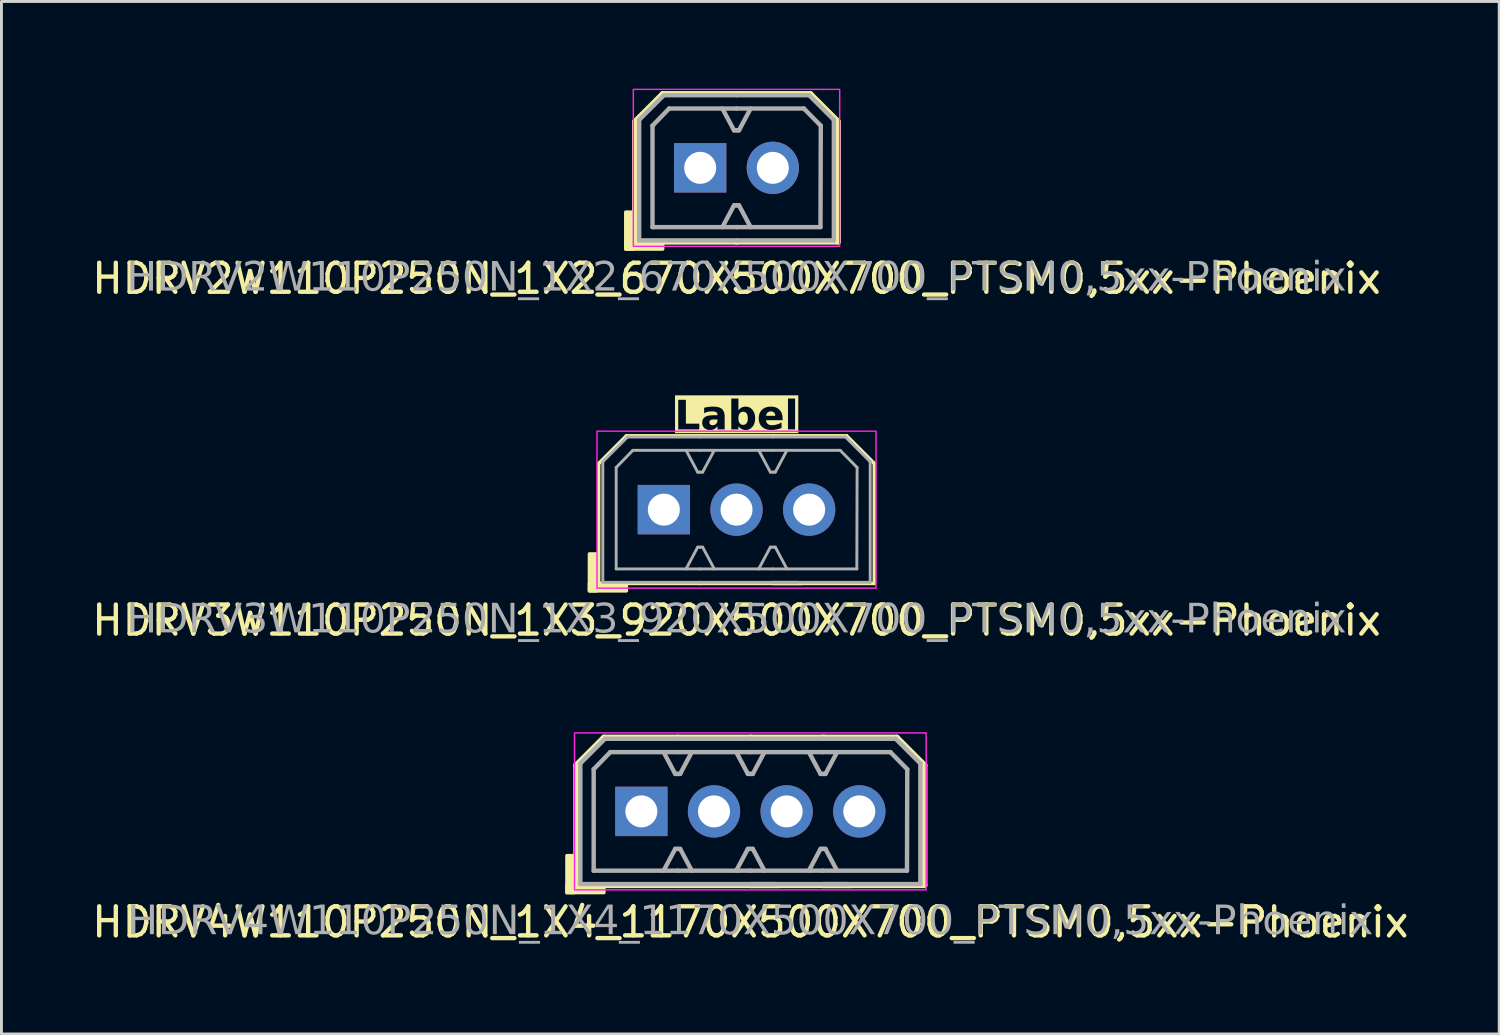
<source format=kicad_pcb>
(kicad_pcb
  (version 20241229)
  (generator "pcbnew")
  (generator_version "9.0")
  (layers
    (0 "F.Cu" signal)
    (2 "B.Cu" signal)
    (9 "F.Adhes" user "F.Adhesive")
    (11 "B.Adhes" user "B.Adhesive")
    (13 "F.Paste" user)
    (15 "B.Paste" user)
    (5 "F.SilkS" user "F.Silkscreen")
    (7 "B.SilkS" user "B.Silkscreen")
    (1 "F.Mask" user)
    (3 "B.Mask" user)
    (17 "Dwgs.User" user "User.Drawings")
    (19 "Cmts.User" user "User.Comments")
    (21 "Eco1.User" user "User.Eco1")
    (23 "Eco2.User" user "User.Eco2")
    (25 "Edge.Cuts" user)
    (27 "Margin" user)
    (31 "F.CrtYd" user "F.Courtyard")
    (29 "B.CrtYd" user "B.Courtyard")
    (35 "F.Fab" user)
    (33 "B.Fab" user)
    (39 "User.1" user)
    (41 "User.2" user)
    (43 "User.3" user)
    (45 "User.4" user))
  (footprint "HDRV4W110P250N_1X4_1170X500X700_PTSM0,5xx-Phoenix"
    (layer "F.Cu")
    (at 22.768 24.869)
    (property "Reference" "HDRV4W110P250N_1X4_1170X500X700_PTSM0,5xx-Phoenix" (at 0 3.81 0) (layer "F.SilkS") (effects (font (size 1 1) (thickness 0.15))))
    (attr through_hole)
    (fp_line (start -5.992 -1.587) (end -5.992 2.54) (stroke (width 0.203) (type solid)) (layer "F.SilkS"))
    (fp_line (start -5.992 -1.587) (end -5.04 -2.54) (stroke (width 0.203) (type solid)) (layer "F.SilkS"))
    (fp_line (start -5.992 2.54) (end -2.5 2.54) (stroke (width 0.203) (type solid)) (layer "F.SilkS"))
    (fp_line (start -2.5 -2.54) (end -5.04 -2.54) (stroke (width 0.203) (type solid)) (layer "F.SilkS"))
    (fp_line (start -2.5 -2.54) (end 0.04 -2.54) (stroke (width 0.203) (type solid)) (layer "F.SilkS"))
    (fp_line (start 0 -2.54) (end 2.54 -2.54) (stroke (width 0.203) (type solid)) (layer "F.SilkS"))
    (fp_line (start 0.993 2.54) (end -2.5 2.54) (stroke (width 0.203) (type solid)) (layer "F.SilkS"))
    (fp_line (start 2.5 -2.54) (end 5.04 -2.54) (stroke (width 0.203) (type solid)) (layer "F.SilkS"))
    (fp_line (start 3.493 2.54) (end 0 2.54) (stroke (width 0.203) (type solid)) (layer "F.SilkS"))
    (fp_line (start 5.992 -1.587) (end 5.04 -2.54) (stroke (width 0.203) (type solid)) (layer "F.SilkS"))
    (fp_line (start 5.992 -1.587) (end 5.992 2.54) (stroke (width 0.203) (type solid)) (layer "F.SilkS"))
    (fp_line (start 5.992 2.54) (end 2.5 2.54) (stroke (width 0.203) (type solid)) (layer "F.SilkS"))
    (fp_rect (start -6.056 1.524) (end -6.31 2.794) (stroke (width 0.12) (type solid)) (fill yes) (layer "F.SilkS"))
    (fp_rect (start -5.04 2.794) (end -6.31 2.54) (stroke (width 0.12) (type solid)) (fill yes) (layer "F.SilkS"))
    (fp_rect (start -6.05 -2.7) (end 6.05 2.7) (stroke (width 0.05) (type default)) (fill no) (layer "F.CrtYd"))
    (fp_line (start -5.85 -1.65) (end -5.85 2.5) (stroke (width 0.152) (type solid)) (layer "F.Fab"))
    (fp_line (start -5.85 -1.65) (end -5 -2.5) (stroke (width 0.152) (type solid)) (layer "F.Fab"))
    (fp_line (start -5.39 -1.45) (end -5.39 2.04) (stroke (width 0.152) (type solid)) (layer "F.Fab"))
    (fp_line (start -5.39 -1.45) (end -4.818 -2.04) (stroke (width 0.152) (type solid)) (layer "F.Fab"))
    (fp_line (start -2.585 -1.29) (end -2.985 -2.04) (stroke (width 0.152) (type default)) (layer "F.Fab"))
    (fp_line (start -2.585 1.29) (end -2.985 2.04) (stroke (width 0.152) (type default)) (layer "F.Fab"))
    (fp_line (start -2.5 -2.5) (end -5 -2.5) (stroke (width 0.152) (type solid)) (layer "F.Fab"))
    (fp_line (start -2.5 -2.5) (end 0 -2.5) (stroke (width 0.152) (type solid)) (layer "F.Fab"))
    (fp_line (start -2.5 -2.04) (end -4.818 -2.04) (stroke (width 0.152) (type solid)) (layer "F.Fab"))
    (fp_line (start -2.5 -2.04) (end 0 -2.04) (stroke (width 0.152) (type solid)) (layer "F.Fab"))
    (fp_line (start -2.5 -1.29) (end -2.585 -1.29) (stroke (width 0.152) (type default)) (layer "F.Fab"))
    (fp_line (start -2.5 -1.29) (end -2.415 -1.29) (stroke (width 0.152) (type default)) (layer "F.Fab"))
    (fp_line (start -2.5 1.29) (end -2.585 1.29) (stroke (width 0.152) (type default)) (layer "F.Fab"))
    (fp_line (start -2.5 1.29) (end -2.415 1.29) (stroke (width 0.152) (type default)) (layer "F.Fab"))
    (fp_line (start -2.5 2.04) (end -5.39 2.04) (stroke (width 0.152) (type solid)) (layer "F.Fab"))
    (fp_line (start -2.5 2.04) (end 0 2.04) (stroke (width 0.152) (type solid)) (layer "F.Fab"))
    (fp_line (start -2.5 2.5) (end -5.85 2.5) (stroke (width 0.152) (type solid)) (layer "F.Fab"))
    (fp_line (start -2.5 2.5) (end 0.85 2.5) (stroke (width 0.152) (type solid)) (layer "F.Fab"))
    (fp_line (start -2.415 -1.29) (end -2.015 -2.04) (stroke (width 0.152) (type default)) (layer "F.Fab"))
    (fp_line (start -2.415 1.29) (end -2.015 2.04) (stroke (width 0.152) (type default)) (layer "F.Fab"))
    (fp_line (start -0.085 -1.29) (end -0.485 -2.04) (stroke (width 0.152) (type default)) (layer "F.Fab"))
    (fp_line (start -0.085 1.29) (end -0.485 2.04) (stroke (width 0.152) (type default)) (layer "F.Fab"))
    (fp_line (start 0 -2.5) (end 2.5 -2.5) (stroke (width 0.152) (type solid)) (layer "F.Fab"))
    (fp_line (start 0 -2.04) (end 2.5 -2.04) (stroke (width 0.152) (type solid)) (layer "F.Fab"))
    (fp_line (start 0 -1.29) (end -0.085 -1.29) (stroke (width 0.152) (type default)) (layer "F.Fab"))
    (fp_line (start 0 -1.29) (end 0.085 -1.29) (stroke (width 0.152) (type default)) (layer "F.Fab"))
    (fp_line (start 0 1.29) (end -0.085 1.29) (stroke (width 0.152) (type default)) (layer "F.Fab"))
    (fp_line (start 0 1.29) (end 0.085 1.29) (stroke (width 0.152) (type default)) (layer "F.Fab"))
    (fp_line (start 0 2.04) (end 2.5 2.04) (stroke (width 0.152) (type solid)) (layer "F.Fab"))
    (fp_line (start 0 2.5) (end 3.35 2.5) (stroke (width 0.152) (type solid)) (layer "F.Fab"))
    (fp_line (start 0.085 -1.29) (end 0.485 -2.04) (stroke (width 0.152) (type default)) (layer "F.Fab"))
    (fp_line (start 0.085 1.29) (end 0.485 2.04) (stroke (width 0.152) (type default)) (layer "F.Fab"))
    (fp_line (start 2.415 -1.29) (end 2.015 -2.04) (stroke (width 0.152) (type default)) (layer "F.Fab"))
    (fp_line (start 2.415 1.29) (end 2.015 2.04) (stroke (width 0.152) (type default)) (layer "F.Fab"))
    (fp_line (start 2.5 -2.5) (end 5 -2.5) (stroke (width 0.152) (type solid)) (layer "F.Fab"))
    (fp_line (start 2.5 -2.04) (end 4.818 -2.04) (stroke (width 0.152) (type solid)) (layer "F.Fab"))
    (fp_line (start 2.5 -1.29) (end 2.415 -1.29) (stroke (width 0.152) (type default)) (layer "F.Fab"))
    (fp_line (start 2.5 -1.29) (end 2.585 -1.29) (stroke (width 0.152) (type default)) (layer "F.Fab"))
    (fp_line (start 2.5 1.29) (end 2.415 1.29) (stroke (width 0.152) (type default)) (layer "F.Fab"))
    (fp_line (start 2.5 1.29) (end 2.585 1.29) (stroke (width 0.152) (type default)) (layer "F.Fab"))
    (fp_line (start 2.5 2.04) (end 5.39 2.04) (stroke (width 0.152) (type solid)) (layer "F.Fab"))
    (fp_line (start 2.5 2.5) (end 5.85 2.5) (stroke (width 0.152) (type solid)) (layer "F.Fab"))
    (fp_line (start 2.585 -1.29) (end 2.985 -2.04) (stroke (width 0.152) (type default)) (layer "F.Fab"))
    (fp_line (start 2.585 1.29) (end 2.985 2.04) (stroke (width 0.152) (type default)) (layer "F.Fab"))
    (fp_line (start 5.4 -1.45) (end 4.818 -2.04) (stroke (width 0.152) (type solid)) (layer "F.Fab"))
    (fp_line (start 5.4 -1.45) (end 5.39 2.04) (stroke (width 0.152) (type solid)) (layer "F.Fab"))
    (fp_line (start 5.85 -1.65) (end 5 -2.5) (stroke (width 0.152) (type solid)) (layer "F.Fab"))
    (fp_line (start 5.85 -1.65) (end 5.85 2.5) (stroke (width 0.152) (type solid)) (layer "F.Fab"))
    (fp_rect (start -4.004 -0.254) (end -3.496 0.254) (stroke (width 0.152) (type solid)) (fill no) (layer "F.Fab"))
    (fp_rect (start -0.996 -0.254) (end -1.504 0.254) (stroke (width 0.152) (type solid)) (fill no) (layer "F.Fab"))
    (fp_rect (start 1.504 -0.254) (end 0.996 0.254) (stroke (width 0.152) (type solid)) (fill no) (layer "F.Fab"))
    (fp_rect (start 4.004 -0.254) (end 3.496 0.254) (stroke (width 0.152) (type solid)) (fill no) (layer "F.Fab"))
    (fp_text user "${REFERENCE}" (at 0 3.81 0) (layer "F.Fab") (effects (font (face "Tahoma") (size 1 1) (thickness 0.15))))
    (pad "1" thru_hole rect (at -3.75 0) (size 1.8 1.7) (drill 1.1) (layers "*.Cu" "*.Mask"))
    (pad "2" thru_hole circle (at -1.25 0) (size 1.8 1.8) (drill 1.1) (layers "*.Cu" "*.Mask"))
    (pad "3" thru_hole circle (at 1.25 0) (size 1.8 1.8) (drill 1.1) (layers "*.Cu" "*.Mask"))
    (pad "4" thru_hole circle (at 3.75 0) (size 1.8 1.8) (drill 1.1) (layers "*.Cu" "*.Mask")))
  (footprint "HDRV2W110P250N_1X2_670X500X700_PTSM0,5xx-Phoenix"
    (layer "F.Cu")
    (at 22.292 2.725)
    (property "Reference" "HDRV2W110P250N_1X2_670X500X700_PTSM0,5xx-Phoenix" (at 0 3.81 0) (layer "F.SilkS") (effects (font (size 1 1) (thickness 0.15))))
    (attr through_hole)
    (fp_line (start -3.493 -1.587) (end -3.493 2.54) (stroke (width 0.203) (type solid)) (layer "F.SilkS"))
    (fp_line (start -3.493 -1.587) (end -2.54 -2.54) (stroke (width 0.203) (type solid)) (layer "F.SilkS"))
    (fp_line (start -3.493 2.54) (end 0 2.54) (stroke (width 0.203) (type solid)) (layer "F.SilkS"))
    (fp_line (start 0 -2.54) (end -2.54 -2.54) (stroke (width 0.203) (type solid)) (layer "F.SilkS"))
    (fp_line (start 0 -2.54) (end 2.54 -2.54) (stroke (width 0.203) (type solid)) (layer "F.SilkS"))
    (fp_line (start 3.493 -1.587) (end 2.54 -2.54) (stroke (width 0.203) (type solid)) (layer "F.SilkS"))
    (fp_line (start 3.493 -1.587) (end 3.493 2.54) (stroke (width 0.203) (type solid)) (layer "F.SilkS"))
    (fp_line (start 3.493 2.54) (end 0 2.54) (stroke (width 0.203) (type solid)) (layer "F.SilkS"))
    (fp_rect (start -3.556 1.524) (end -3.81 2.794) (stroke (width 0.12) (type solid)) (fill yes) (layer "F.SilkS"))
    (fp_rect (start -2.54 2.794) (end -3.81 2.54) (stroke (width 0.12) (type solid)) (fill yes) (layer "F.SilkS"))
    (fp_rect (start -3.55 -2.7) (end 3.55 2.7) (stroke (width 0.05) (type default)) (fill no) (layer "F.CrtYd"))
    (fp_line (start -3.35 -1.65) (end -3.35 2.5) (stroke (width 0.152) (type solid)) (layer "F.Fab"))
    (fp_line (start -3.35 -1.65) (end -2.5 -2.5) (stroke (width 0.152) (type solid)) (layer "F.Fab"))
    (fp_line (start -2.89 -1.45) (end -2.89 2.04) (stroke (width 0.152) (type solid)) (layer "F.Fab"))
    (fp_line (start -2.89 -1.45) (end -2.318 -2.04) (stroke (width 0.152) (type solid)) (layer "F.Fab"))
    (fp_line (start -0.085 -1.29) (end -0.485 -2.04) (stroke (width 0.152) (type default)) (layer "F.Fab"))
    (fp_line (start -0.085 1.29) (end -0.485 2.04) (stroke (width 0.152) (type default)) (layer "F.Fab"))
    (fp_line (start 0 -2.5) (end -2.5 -2.5) (stroke (width 0.152) (type solid)) (layer "F.Fab"))
    (fp_line (start 0 -2.5) (end 2.5 -2.5) (stroke (width 0.152) (type solid)) (layer "F.Fab"))
    (fp_line (start 0 -2.04) (end -2.318 -2.04) (stroke (width 0.152) (type solid)) (layer "F.Fab"))
    (fp_line (start 0 -2.04) (end 2.318 -2.04) (stroke (width 0.152) (type solid)) (layer "F.Fab"))
    (fp_line (start 0 -1.29) (end -0.085 -1.29) (stroke (width 0.152) (type default)) (layer "F.Fab"))
    (fp_line (start 0 -1.29) (end 0.085 -1.29) (stroke (width 0.152) (type default)) (layer "F.Fab"))
    (fp_line (start 0 1.29) (end -0.085 1.29) (stroke (width 0.152) (type default)) (layer "F.Fab"))
    (fp_line (start 0 1.29) (end 0.085 1.29) (stroke (width 0.152) (type default)) (layer "F.Fab"))
    (fp_line (start 0 2.04) (end -2.89 2.04) (stroke (width 0.152) (type solid)) (layer "F.Fab"))
    (fp_line (start 0 2.04) (end 2.89 2.04) (stroke (width 0.152) (type solid)) (layer "F.Fab"))
    (fp_line (start 0 2.5) (end -3.35 2.5) (stroke (width 0.152) (type solid)) (layer "F.Fab"))
    (fp_line (start 0 2.5) (end 3.35 2.5) (stroke (width 0.152) (type solid)) (layer "F.Fab"))
    (fp_line (start 0.085 -1.29) (end 0.485 -2.04) (stroke (width 0.152) (type default)) (layer "F.Fab"))
    (fp_line (start 0.085 1.29) (end 0.485 2.04) (stroke (width 0.152) (type default)) (layer "F.Fab"))
    (fp_line (start 2.9 -1.45) (end 2.318 -2.04) (stroke (width 0.152) (type solid)) (layer "F.Fab"))
    (fp_line (start 2.9 -1.45) (end 2.89 2.04) (stroke (width 0.152) (type solid)) (layer "F.Fab"))
    (fp_line (start 3.35 -1.65) (end 2.5 -2.5) (stroke (width 0.152) (type solid)) (layer "F.Fab"))
    (fp_line (start 3.35 -1.65) (end 3.35 2.5) (stroke (width 0.152) (type solid)) (layer "F.Fab"))
    (fp_rect (start -1.504 -0.254) (end -0.996 0.254) (stroke (width 0.152) (type solid)) (fill no) (layer "F.Fab"))
    (fp_rect (start 1.504 -0.254) (end 0.996 0.254) (stroke (width 0.152) (type solid)) (fill no) (layer "F.Fab"))
    (fp_text user "${REFERENCE}" (at 0 3.81 0) (layer "F.Fab") (effects (font (face "Tahoma") (size 1 1) (thickness 0.15))))
    (pad "1" thru_hole rect (at -1.25 0) (size 1.8 1.7) (drill 1.1) (layers "*.Cu" "*.Mask"))
    (pad "2" thru_hole circle (at 1.25 0) (size 1.8 1.8) (drill 1.1) (layers "*.Cu" "*.Mask")))
  (footprint "HDRV3W110P250N_1X3_920X500X700_PTSM0,5xx-Phoenix"
    (layer "F.Cu")
    (at 22.292 14.486)
    (property "Reference" "HDRV3W110P250N_1X3_920X500X700_PTSM0,5xx-Phoenix" (at 0 3.81 0) (layer "F.SilkS") (effects (font (size 1 1) (thickness 0.15))))
    (property "Label" "Label" (at 0 -3.175 0) (layer "F.SilkS" knockout) (effects (font (face "Tahoma") (size 1 1) (thickness 0.2) (bold yes))))
    (attr through_hole)
    (fp_line (start -4.742 -1.587) (end -4.742 2.54) (stroke (width 0.12) (type solid)) (layer "F.SilkS"))
    (fp_line (start -4.742 -1.587) (end -3.79 -2.54) (stroke (width 0.12) (type solid)) (layer "F.SilkS"))
    (fp_line (start -4.742 2.54) (end -1.25 2.54) (stroke (width 0.12) (type solid)) (layer "F.SilkS"))
    (fp_line (start -1.25 -2.54) (end -3.79 -2.54) (stroke (width 0.12) (type solid)) (layer "F.SilkS"))
    (fp_line (start -1.25 -2.54) (end 1.29 -2.54) (stroke (width 0.12) (type solid)) (layer "F.SilkS"))
    (fp_line (start 1.25 -2.54) (end 3.79 -2.54) (stroke (width 0.12) (type solid)) (layer "F.SilkS"))
    (fp_line (start 2.243 2.54) (end -1.25 2.54) (stroke (width 0.12) (type solid)) (layer "F.SilkS"))
    (fp_line (start 4.742 -1.587) (end 3.79 -2.54) (stroke (width 0.12) (type solid)) (layer "F.SilkS"))
    (fp_line (start 4.742 -1.587) (end 4.742 2.54) (stroke (width 0.12) (type solid)) (layer "F.SilkS"))
    (fp_line (start 4.742 2.54) (end 1.25 2.54) (stroke (width 0.12) (type solid)) (layer "F.SilkS"))
    (fp_rect (start -4.806 1.524) (end -5.06 2.794) (stroke (width 0.12) (type solid)) (fill yes) (layer "F.SilkS"))
    (fp_rect (start -3.79 2.794) (end -5.06 2.54) (stroke (width 0.12) (type solid)) (fill yes) (layer "F.SilkS"))
    (fp_rect (start -4.8 -2.7) (end 4.8 2.7) (stroke (width 0.05) (type default)) (fill no) (layer "F.CrtYd"))
    (fp_line (start -4.6 -1.65) (end -4.6 2.5) (stroke (width 0.1) (type solid)) (layer "F.Fab"))
    (fp_line (start -4.6 -1.65) (end -3.75 -2.5) (stroke (width 0.1) (type solid)) (layer "F.Fab"))
    (fp_line (start -4.14 -1.45) (end -4.14 2.04) (stroke (width 0.1) (type solid)) (layer "F.Fab"))
    (fp_line (start -4.14 -1.45) (end -3.568 -2.04) (stroke (width 0.1) (type solid)) (layer "F.Fab"))
    (fp_line (start -1.335 -1.29) (end -1.735 -2.04) (stroke (width 0.1) (type default)) (layer "F.Fab"))
    (fp_line (start -1.335 1.29) (end -1.735 2.04) (stroke (width 0.1) (type default)) (layer "F.Fab"))
    (fp_line (start -1.25 -2.5) (end -3.75 -2.5) (stroke (width 0.1) (type solid)) (layer "F.Fab"))
    (fp_line (start -1.25 -2.5) (end 1.25 -2.5) (stroke (width 0.1) (type solid)) (layer "F.Fab"))
    (fp_line (start -1.25 -2.04) (end -3.568 -2.04) (stroke (width 0.1) (type solid)) (layer "F.Fab"))
    (fp_line (start -1.25 -2.04) (end 1.25 -2.04) (stroke (width 0.1) (type solid)) (layer "F.Fab"))
    (fp_line (start -1.25 -1.29) (end -1.335 -1.29) (stroke (width 0.1) (type default)) (layer "F.Fab"))
    (fp_line (start -1.25 -1.29) (end -1.165 -1.29) (stroke (width 0.1) (type default)) (layer "F.Fab"))
    (fp_line (start -1.25 1.29) (end -1.335 1.29) (stroke (width 0.1) (type default)) (layer "F.Fab"))
    (fp_line (start -1.25 1.29) (end -1.165 1.29) (stroke (width 0.1) (type default)) (layer "F.Fab"))
    (fp_line (start -1.25 2.04) (end -4.14 2.04) (stroke (width 0.1) (type solid)) (layer "F.Fab"))
    (fp_line (start -1.25 2.04) (end 1.25 2.04) (stroke (width 0.1) (type solid)) (layer "F.Fab"))
    (fp_line (start -1.25 2.5) (end -4.6 2.5) (stroke (width 0.1) (type solid)) (layer "F.Fab"))
    (fp_line (start -1.25 2.5) (end 2.1 2.5) (stroke (width 0.1) (type solid)) (layer "F.Fab"))
    (fp_line (start -1.165 -1.29) (end -0.765 -2.04) (stroke (width 0.1) (type default)) (layer "F.Fab"))
    (fp_line (start -1.165 1.29) (end -0.765 2.04) (stroke (width 0.1) (type default)) (layer "F.Fab"))
    (fp_line (start 1.165 -1.29) (end 0.765 -2.04) (stroke (width 0.1) (type default)) (layer "F.Fab"))
    (fp_line (start 1.165 1.29) (end 0.765 2.04) (stroke (width 0.1) (type default)) (layer "F.Fab"))
    (fp_line (start 1.25 -2.5) (end 3.75 -2.5) (stroke (width 0.1) (type solid)) (layer "F.Fab"))
    (fp_line (start 1.25 -2.04) (end 3.568 -2.04) (stroke (width 0.1) (type solid)) (layer "F.Fab"))
    (fp_line (start 1.25 -1.29) (end 1.165 -1.29) (stroke (width 0.1) (type default)) (layer "F.Fab"))
    (fp_line (start 1.25 -1.29) (end 1.335 -1.29) (stroke (width 0.1) (type default)) (layer "F.Fab"))
    (fp_line (start 1.25 1.29) (end 1.165 1.29) (stroke (width 0.1) (type default)) (layer "F.Fab"))
    (fp_line (start 1.25 1.29) (end 1.335 1.29) (stroke (width 0.1) (type default)) (layer "F.Fab"))
    (fp_line (start 1.25 2.04) (end 4.14 2.04) (stroke (width 0.1) (type solid)) (layer "F.Fab"))
    (fp_line (start 1.25 2.5) (end 4.6 2.5) (stroke (width 0.1) (type solid)) (layer "F.Fab"))
    (fp_line (start 1.335 -1.29) (end 1.735 -2.04) (stroke (width 0.1) (type default)) (layer "F.Fab"))
    (fp_line (start 1.335 1.29) (end 1.735 2.04) (stroke (width 0.1) (type default)) (layer "F.Fab"))
    (fp_line (start 4.15 -1.45) (end 3.568 -2.04) (stroke (width 0.1) (type solid)) (layer "F.Fab"))
    (fp_line (start 4.15 -1.45) (end 4.14 2.04) (stroke (width 0.1) (type solid)) (layer "F.Fab"))
    (fp_line (start 4.6 -1.65) (end 3.75 -2.5) (stroke (width 0.1) (type solid)) (layer "F.Fab"))
    (fp_line (start 4.6 -1.65) (end 4.6 2.5) (stroke (width 0.1) (type solid)) (layer "F.Fab"))
    (fp_rect (start -2.754 -0.254) (end -2.246 0.254) (stroke (width 0.1) (type solid)) (fill no) (layer "F.Fab"))
    (fp_rect (start 0.254 -0.254) (end -0.254 0.254) (stroke (width 0.1) (type solid)) (fill no) (layer "F.Fab"))
    (fp_rect (start 2.754 -0.254) (end 2.246 0.254) (stroke (width 0.1) (type solid)) (fill no) (layer "F.Fab"))
    (fp_text user "${REFERENCE}" (at 0 3.81 0) (layer "F.Fab") (effects (font (face "Tahoma") (size 1 1) (thickness 0.15))))
    (pad "1" thru_hole rect (at -2.5 0) (size 1.8 1.7) (drill 1.1) (layers "*.Cu" "*.Mask"))
    (pad "2" thru_hole circle (at 0 0) (size 1.8 1.8) (drill 1.1) (layers "*.Cu" "*.Mask"))
    (pad "3" thru_hole circle (at 2.5 0) (size 1.8 1.8) (drill 1.1) (layers "*.Cu" "*.Mask")))
  (gr_rect
    (start -3 -3)
    (end 48.536 32.528)
    (stroke (width 0.1) (type default))
    (fill no)
    (layer "Edge.Cuts")))
</source>
